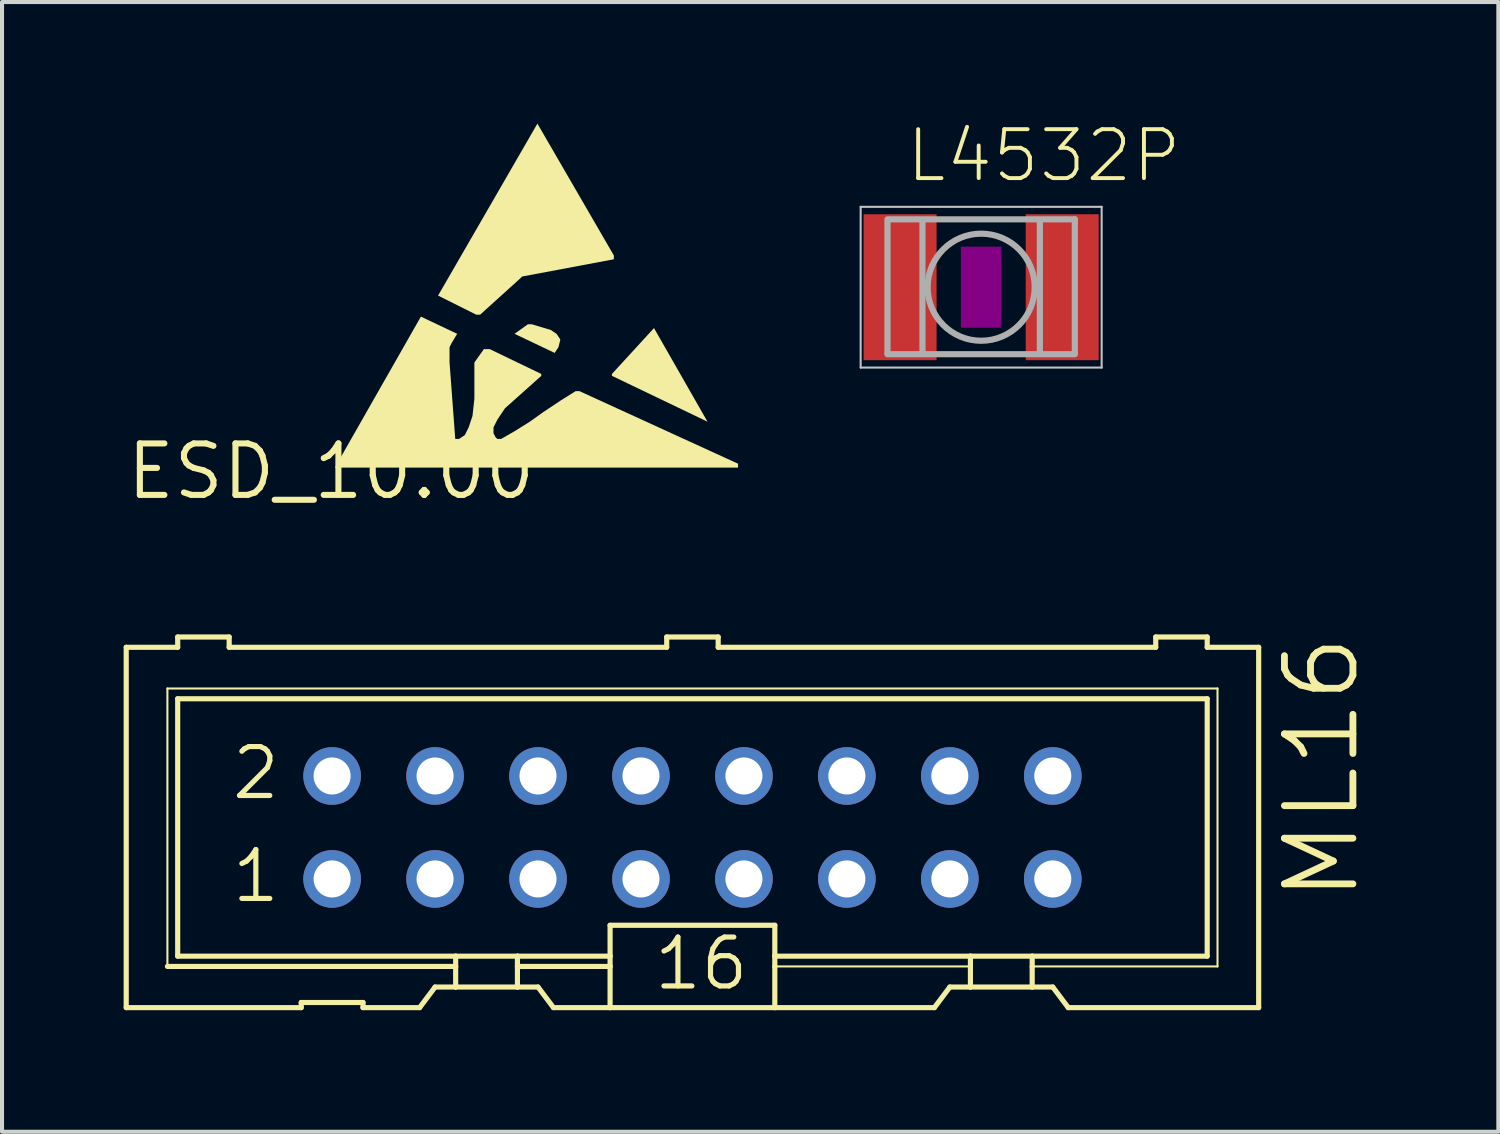
<source format=kicad_pcb>
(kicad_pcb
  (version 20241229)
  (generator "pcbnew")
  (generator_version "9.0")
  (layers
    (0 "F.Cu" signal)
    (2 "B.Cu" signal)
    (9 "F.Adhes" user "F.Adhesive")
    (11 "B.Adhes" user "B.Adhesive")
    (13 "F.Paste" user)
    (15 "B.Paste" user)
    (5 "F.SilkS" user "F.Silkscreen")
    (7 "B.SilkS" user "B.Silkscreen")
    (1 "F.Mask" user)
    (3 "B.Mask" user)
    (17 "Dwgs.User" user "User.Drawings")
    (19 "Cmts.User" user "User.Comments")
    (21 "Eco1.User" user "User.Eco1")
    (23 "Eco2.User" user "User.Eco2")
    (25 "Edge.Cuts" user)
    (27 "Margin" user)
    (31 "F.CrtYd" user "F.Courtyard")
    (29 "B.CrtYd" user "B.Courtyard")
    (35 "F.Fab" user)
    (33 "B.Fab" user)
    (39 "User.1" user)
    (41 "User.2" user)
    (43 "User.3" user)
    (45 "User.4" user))
  (footprint "ESD_10.00"
    (layer "F.Cu")
    (at 5.118 8.58)
    (property "Reference" "ESD_10.00" (at 0 0 0) (layer "F.SilkS") (effects (font (size 1.27 1.27) (thickness 0.15))))
    (attr through_hole)
    (fp_poly (pts (xy 9.287 -1.226) (xy 6.93 -2.357) (xy 6.93 -2.404) (xy 7.967 -3.536)) (stroke (width 0) (type solid)) (fill yes) (layer "F.SilkS"))
    (fp_poly (pts (xy 2.64 -4.337) (xy 5.091 -8.58) (xy 6.977 -5.327) (xy 6.977 -5.233) (xy 4.714 -4.808) (xy 4.667 -4.761) (xy 3.677 -3.866) (xy 3.583 -3.866)) (stroke (width 0) (type solid)) (fill yes) (layer "F.SilkS"))
    (fp_poly (pts (xy 4.526 -3.394) (xy 4.856 -3.63) (xy 4.95 -3.63) (xy 5.421 -3.489) (xy 5.563 -3.394) (xy 5.657 -3.253) (xy 5.61 -3.064) (xy 5.516 -2.923)) (stroke (width 0) (type solid)) (fill yes) (layer "F.SilkS"))
    (fp_poly (pts (xy 0.094 -0.094) (xy 2.216 -3.818) (xy 3.111 -3.394) (xy 2.97 -3.159) (xy 2.923 -3.064) (xy 2.923 -2.687) (xy 3.064 -0.801) (xy 3.159 -0.801) (xy 3.3 -0.896) (xy 3.394 -1.084) (xy 3.489 -1.367) (xy 3.536 -1.791) (xy 3.536 -2.687) (xy 3.771 -3.017) (xy 3.913 -3.017) (xy 5.186 -2.404) (xy 5.186 -2.357) (xy 4.29 -1.556) (xy 4.101 -1.273) (xy 4.007 -1.084) (xy 4.007 -0.943) (xy 4.054 -0.849) (xy 4.101 -0.801) (xy 4.196 -0.801) (xy 4.526 -0.99) (xy 4.903 -1.226) (xy 5.233 -1.461) (xy 5.657 -1.744) (xy 6.034 -1.98) (xy 6.128 -1.98) (xy 10.041 -0.189) (xy 10.041 -0.094)) (stroke (width 0) (type solid)) (fill yes) (layer "F.SilkS")))
  (footprint "ML16"
    (layer "F.Cu")
    (at 14.034 17.365)
    (property "Reference" "ML16" (at 16.51 1.905 90) (layer "F.SilkS") (effects (font (size 1.689 1.689) (thickness 0.169)) (justify left bottom)))
    (attr through_hole)
    (fp_line (start -13.97 -4.445) (end -13.97 4.445) (stroke (width 0.127) (type solid)) (layer "F.SilkS"))
    (fp_line (start -13.97 -4.445) (end -12.7 -4.445) (stroke (width 0.127) (type solid)) (layer "F.SilkS"))
    (fp_line (start -13.97 4.445) (end -9.652 4.445) (stroke (width 0.127) (type solid)) (layer "F.SilkS"))
    (fp_line (start -12.954 -3.429) (end -12.954 3.429) (stroke (width 0.051) (type solid)) (layer "F.SilkS"))
    (fp_line (start -12.954 3.429) (end -5.842 3.429) (stroke (width 0.127) (type solid)) (layer "F.SilkS"))
    (fp_line (start -12.7 -4.699) (end -12.7 -4.445) (stroke (width 0.127) (type solid)) (layer "F.SilkS"))
    (fp_line (start -12.7 -3.175) (end -12.7 3.175) (stroke (width 0.127) (type solid)) (layer "F.SilkS"))
    (fp_line (start -12.7 -3.175) (end 12.7 -3.175) (stroke (width 0.127) (type solid)) (layer "F.SilkS"))
    (fp_line (start -11.43 -4.699) (end -12.7 -4.699) (stroke (width 0.127) (type solid)) (layer "F.SilkS"))
    (fp_line (start -11.43 -4.699) (end -11.43 -4.445) (stroke (width 0.127) (type solid)) (layer "F.SilkS"))
    (fp_line (start -11.43 -4.445) (end -0.635 -4.445) (stroke (width 0.127) (type solid)) (layer "F.SilkS"))
    (fp_line (start -9.652 4.318) (end -9.652 4.445) (stroke (width 0.127) (type solid)) (layer "F.SilkS"))
    (fp_line (start -9.652 4.318) (end -8.128 4.318) (stroke (width 0.127) (type solid)) (layer "F.SilkS"))
    (fp_line (start -8.128 4.445) (end -8.128 4.318) (stroke (width 0.127) (type solid)) (layer "F.SilkS"))
    (fp_line (start -8.128 4.445) (end -6.731 4.445) (stroke (width 0.127) (type solid)) (layer "F.SilkS"))
    (fp_line (start -6.731 4.445) (end -6.35 3.937) (stroke (width 0.127) (type solid)) (layer "F.SilkS"))
    (fp_line (start -5.842 3.175) (end -12.7 3.175) (stroke (width 0.127) (type solid)) (layer "F.SilkS"))
    (fp_line (start -5.842 3.175) (end -5.842 3.429) (stroke (width 0.127) (type solid)) (layer "F.SilkS"))
    (fp_line (start -5.842 3.429) (end -5.842 3.937) (stroke (width 0.127) (type solid)) (layer "F.SilkS"))
    (fp_line (start -5.842 3.937) (end -6.35 3.937) (stroke (width 0.127) (type solid)) (layer "F.SilkS"))
    (fp_line (start -4.318 3.175) (end -5.842 3.175) (stroke (width 0.127) (type solid)) (layer "F.SilkS"))
    (fp_line (start -4.318 3.175) (end -4.318 3.429) (stroke (width 0.127) (type solid)) (layer "F.SilkS"))
    (fp_line (start -4.318 3.429) (end -4.318 3.937) (stroke (width 0.127) (type solid)) (layer "F.SilkS"))
    (fp_line (start -4.318 3.429) (end -2.032 3.429) (stroke (width 0.127) (type solid)) (layer "F.SilkS"))
    (fp_line (start -4.318 3.937) (end -5.842 3.937) (stroke (width 0.127) (type solid)) (layer "F.SilkS"))
    (fp_line (start -3.81 3.937) (end -4.318 3.937) (stroke (width 0.127) (type solid)) (layer "F.SilkS"))
    (fp_line (start -3.81 3.937) (end -3.429 4.445) (stroke (width 0.127) (type solid)) (layer "F.SilkS"))
    (fp_line (start -3.429 4.445) (end -2.032 4.445) (stroke (width 0.127) (type solid)) (layer "F.SilkS"))
    (fp_line (start -2.032 3.175) (end -4.318 3.175) (stroke (width 0.127) (type solid)) (layer "F.SilkS"))
    (fp_line (start -2.032 3.175) (end -2.032 2.413) (stroke (width 0.127) (type solid)) (layer "F.SilkS"))
    (fp_line (start -2.032 3.175) (end -2.032 3.429) (stroke (width 0.127) (type solid)) (layer "F.SilkS"))
    (fp_line (start -2.032 3.429) (end -2.032 4.445) (stroke (width 0.127) (type solid)) (layer "F.SilkS"))
    (fp_line (start -0.635 -4.699) (end -0.635 -4.445) (stroke (width 0.127) (type solid)) (layer "F.SilkS"))
    (fp_line (start 0.635 -4.699) (end -0.635 -4.699) (stroke (width 0.127) (type solid)) (layer "F.SilkS"))
    (fp_line (start 0.635 -4.699) (end 0.635 -4.445) (stroke (width 0.127) (type solid)) (layer "F.SilkS"))
    (fp_line (start 0.635 -4.445) (end 11.43 -4.445) (stroke (width 0.127) (type solid)) (layer "F.SilkS"))
    (fp_line (start 2.032 2.413) (end -2.032 2.413) (stroke (width 0.127) (type solid)) (layer "F.SilkS"))
    (fp_line (start 2.032 2.413) (end 2.032 3.175) (stroke (width 0.127) (type solid)) (layer "F.SilkS"))
    (fp_line (start 2.032 3.175) (end 2.032 3.429) (stroke (width 0.127) (type solid)) (layer "F.SilkS"))
    (fp_line (start 2.032 3.429) (end 2.032 4.445) (stroke (width 0.127) (type solid)) (layer "F.SilkS"))
    (fp_line (start 2.032 4.445) (end -2.032 4.445) (stroke (width 0.127) (type solid)) (layer "F.SilkS"))
    (fp_line (start 5.969 4.445) (end 2.032 4.445) (stroke (width 0.127) (type solid)) (layer "F.SilkS"))
    (fp_line (start 5.969 4.445) (end 6.35 3.937) (stroke (width 0.127) (type solid)) (layer "F.SilkS"))
    (fp_line (start 6.858 3.175) (end 2.032 3.175) (stroke (width 0.127) (type solid)) (layer "F.SilkS"))
    (fp_line (start 6.858 3.175) (end 6.858 3.429) (stroke (width 0.127) (type solid)) (layer "F.SilkS"))
    (fp_line (start 6.858 3.429) (end 2.032 3.429) (stroke (width 0.051) (type solid)) (layer "F.SilkS"))
    (fp_line (start 6.858 3.429) (end 6.858 3.937) (stroke (width 0.127) (type solid)) (layer "F.SilkS"))
    (fp_line (start 6.858 3.937) (end 6.35 3.937) (stroke (width 0.127) (type solid)) (layer "F.SilkS"))
    (fp_line (start 8.382 3.175) (end 6.858 3.175) (stroke (width 0.127) (type solid)) (layer "F.SilkS"))
    (fp_line (start 8.382 3.175) (end 8.382 3.429) (stroke (width 0.127) (type solid)) (layer "F.SilkS"))
    (fp_line (start 8.382 3.429) (end 8.382 3.937) (stroke (width 0.127) (type solid)) (layer "F.SilkS"))
    (fp_line (start 8.382 3.429) (end 12.954 3.429) (stroke (width 0.051) (type solid)) (layer "F.SilkS"))
    (fp_line (start 8.382 3.937) (end 6.858 3.937) (stroke (width 0.127) (type solid)) (layer "F.SilkS"))
    (fp_line (start 8.89 3.937) (end 8.382 3.937) (stroke (width 0.127) (type solid)) (layer "F.SilkS"))
    (fp_line (start 8.89 3.937) (end 9.271 4.445) (stroke (width 0.127) (type solid)) (layer "F.SilkS"))
    (fp_line (start 11.43 -4.445) (end 11.43 -4.699) (stroke (width 0.127) (type solid)) (layer "F.SilkS"))
    (fp_line (start 12.7 -4.699) (end 11.43 -4.699) (stroke (width 0.127) (type solid)) (layer "F.SilkS"))
    (fp_line (start 12.7 -4.445) (end 12.7 -4.699) (stroke (width 0.127) (type solid)) (layer "F.SilkS"))
    (fp_line (start 12.7 -4.445) (end 13.97 -4.445) (stroke (width 0.127) (type solid)) (layer "F.SilkS"))
    (fp_line (start 12.7 3.175) (end 8.382 3.175) (stroke (width 0.127) (type solid)) (layer "F.SilkS"))
    (fp_line (start 12.7 3.175) (end 12.7 -3.175) (stroke (width 0.127) (type solid)) (layer "F.SilkS"))
    (fp_line (start 12.954 -3.429) (end -12.954 -3.429) (stroke (width 0.051) (type solid)) (layer "F.SilkS"))
    (fp_line (start 12.954 3.429) (end 12.954 -3.429) (stroke (width 0.051) (type solid)) (layer "F.SilkS"))
    (fp_line (start 13.97 4.445) (end 9.271 4.445) (stroke (width 0.127) (type solid)) (layer "F.SilkS"))
    (fp_line (start 13.97 4.445) (end 13.97 -4.445) (stroke (width 0.127) (type solid)) (layer "F.SilkS"))
    (fp_poly (pts (xy -9.144 -1.016) (xy -8.636 -1.016) (xy -8.636 -1.524) (xy -9.144 -1.524)) (stroke (width 0.1) (type solid)) (fill no) (layer "F.Fab"))
    (fp_poly (pts (xy -9.144 1.524) (xy -8.636 1.524) (xy -8.636 1.016) (xy -9.144 1.016)) (stroke (width 0.1) (type solid)) (fill no) (layer "F.Fab"))
    (fp_poly (pts (xy -6.604 -1.016) (xy -6.096 -1.016) (xy -6.096 -1.524) (xy -6.604 -1.524)) (stroke (width 0.1) (type solid)) (fill no) (layer "F.Fab"))
    (fp_poly (pts (xy -6.604 1.524) (xy -6.096 1.524) (xy -6.096 1.016) (xy -6.604 1.016)) (stroke (width 0.1) (type solid)) (fill no) (layer "F.Fab"))
    (fp_poly (pts (xy -4.064 -1.016) (xy -3.556 -1.016) (xy -3.556 -1.524) (xy -4.064 -1.524)) (stroke (width 0.1) (type solid)) (fill no) (layer "F.Fab"))
    (fp_poly (pts (xy -4.064 1.524) (xy -3.556 1.524) (xy -3.556 1.016) (xy -4.064 1.016)) (stroke (width 0.1) (type solid)) (fill no) (layer "F.Fab"))
    (fp_poly (pts (xy -1.524 -1.016) (xy -1.016 -1.016) (xy -1.016 -1.524) (xy -1.524 -1.524)) (stroke (width 0.1) (type solid)) (fill no) (layer "F.Fab"))
    (fp_poly (pts (xy -1.524 1.524) (xy -1.016 1.524) (xy -1.016 1.016) (xy -1.524 1.016)) (stroke (width 0.1) (type solid)) (fill no) (layer "F.Fab"))
    (fp_poly (pts (xy 1.016 -1.016) (xy 1.524 -1.016) (xy 1.524 -1.524) (xy 1.016 -1.524)) (stroke (width 0.1) (type solid)) (fill no) (layer "F.Fab"))
    (fp_poly (pts (xy 1.016 1.524) (xy 1.524 1.524) (xy 1.524 1.016) (xy 1.016 1.016)) (stroke (width 0.1) (type solid)) (fill no) (layer "F.Fab"))
    (fp_poly (pts (xy 3.556 -1.016) (xy 4.064 -1.016) (xy 4.064 -1.524) (xy 3.556 -1.524)) (stroke (width 0.1) (type solid)) (fill no) (layer "F.Fab"))
    (fp_poly (pts (xy 3.556 1.524) (xy 4.064 1.524) (xy 4.064 1.016) (xy 3.556 1.016)) (stroke (width 0.1) (type solid)) (fill no) (layer "F.Fab"))
    (fp_poly (pts (xy 6.096 -1.016) (xy 6.604 -1.016) (xy 6.604 -1.524) (xy 6.096 -1.524)) (stroke (width 0.1) (type solid)) (fill no) (layer "F.Fab"))
    (fp_poly (pts (xy 6.096 1.524) (xy 6.604 1.524) (xy 6.604 1.016) (xy 6.096 1.016)) (stroke (width 0.1) (type solid)) (fill no) (layer "F.Fab"))
    (fp_poly (pts (xy 8.636 -1.016) (xy 9.144 -1.016) (xy 9.144 -1.524) (xy 8.636 -1.524)) (stroke (width 0.1) (type solid)) (fill no) (layer "F.Fab"))
    (fp_poly (pts (xy 8.636 1.524) (xy 9.144 1.524) (xy 9.144 1.016) (xy 8.636 1.016)) (stroke (width 0.1) (type solid)) (fill no) (layer "F.Fab"))
    (fp_text user "16" (at -1.016 4.064 0) (layer "F.SilkS") (effects (font (size 1.206 1.206) (thickness 0.127)) (justify left bottom)))
    (fp_text user "1" (at -11.43 1.905 0) (layer "F.SilkS") (effects (font (size 1.206 1.206) (thickness 0.127)) (justify left bottom)))
    (fp_text user "2" (at -11.43 -0.635 0) (layer "F.SilkS") (effects (font (size 1.206 1.206) (thickness 0.127)) (justify left bottom)))
    (pad "1" thru_hole circle (at -8.89 1.27) (size 1.422 1.422) (drill 0.914) (layers "*.Cu" "*.Mask"))
    (pad "2" thru_hole circle (at -8.89 -1.27) (size 1.422 1.422) (drill 0.914) (layers "*.Cu" "*.Mask"))
    (pad "3" thru_hole circle (at -6.35 1.27) (size 1.422 1.422) (drill 0.914) (layers "*.Cu" "*.Mask"))
    (pad "4" thru_hole circle (at -6.35 -1.27) (size 1.422 1.422) (drill 0.914) (layers "*.Cu" "*.Mask"))
    (pad "5" thru_hole circle (at -3.81 1.27) (size 1.422 1.422) (drill 0.914) (layers "*.Cu" "*.Mask"))
    (pad "6" thru_hole circle (at -3.81 -1.27) (size 1.422 1.422) (drill 0.914) (layers "*.Cu" "*.Mask"))
    (pad "7" thru_hole circle (at -1.27 1.27) (size 1.422 1.422) (drill 0.914) (layers "*.Cu" "*.Mask"))
    (pad "8" thru_hole circle (at -1.27 -1.27) (size 1.422 1.422) (drill 0.914) (layers "*.Cu" "*.Mask"))
    (pad "9" thru_hole circle (at 1.27 1.27) (size 1.422 1.422) (drill 0.914) (layers "*.Cu" "*.Mask"))
    (pad "10" thru_hole circle (at 1.27 -1.27) (size 1.422 1.422) (drill 0.914) (layers "*.Cu" "*.Mask"))
    (pad "11" thru_hole circle (at 3.81 1.27) (size 1.422 1.422) (drill 0.914) (layers "*.Cu" "*.Mask"))
    (pad "12" thru_hole circle (at 3.81 -1.27) (size 1.422 1.422) (drill 0.914) (layers "*.Cu" "*.Mask"))
    (pad "13" thru_hole circle (at 6.35 1.27) (size 1.422 1.422) (drill 0.914) (layers "*.Cu" "*.Mask"))
    (pad "14" thru_hole circle (at 6.35 -1.27) (size 1.422 1.422) (drill 0.914) (layers "*.Cu" "*.Mask"))
    (pad "15" thru_hole circle (at 8.89 1.27) (size 1.422 1.422) (drill 0.914) (layers "*.Cu" "*.Mask"))
    (pad "16" thru_hole circle (at 8.89 -1.27) (size 1.422 1.422) (drill 0.914) (layers "*.Cu" "*.Mask")))
  (footprint "L4532P"
    (layer "F.Cu")
    (at 21.157 4.036)
    (property "Reference" "L4532P" (at -1.905 -2.54 0) (layer "F.SilkS") (effects (font (size 1.206 1.206) (thickness 0.097)) (justify left bottom)))
    (attr through_hole)
    (fp_poly (pts (xy -0.5 1) (xy 0.5 1) (xy 0.5 -1) (xy -0.5 -1)) (stroke (width 0) (type solid)) (fill yes) (layer "F.Adhes"))
    (fp_line (start -2.973 -1.983) (end 2.973 -1.983) (stroke (width 0.051) (type solid)) (layer "Dwgs.User"))
    (fp_line (start -2.973 1.983) (end -2.973 -1.983) (stroke (width 0.051) (type solid)) (layer "Dwgs.User"))
    (fp_line (start 2.973 -1.983) (end 2.973 1.983) (stroke (width 0.051) (type solid)) (layer "Dwgs.User"))
    (fp_line (start 2.973 1.983) (end -2.973 1.983) (stroke (width 0.051) (type solid)) (layer "Dwgs.User"))
    (fp_line (start -2.311 -1.675) (end 2.311 -1.675) (stroke (width 0.152) (type solid)) (layer "F.Fab"))
    (fp_line (start -2.311 -1.626) (end -2.311 1.626) (stroke (width 0.152) (type solid)) (layer "F.Fab"))
    (fp_line (start -2.311 1.653) (end 2.311 1.653) (stroke (width 0.152) (type solid)) (layer "F.Fab"))
    (fp_line (start -1.448 -1.651) (end -1.448 1.626) (stroke (width 0.152) (type solid)) (layer "F.Fab"))
    (fp_line (start 1.448 -1.626) (end 1.448 1.626) (stroke (width 0.152) (type solid)) (layer "F.Fab"))
    (fp_line (start 2.311 -1.675) (end 2.311 1.626) (stroke (width 0.152) (type solid)) (layer "F.Fab"))
    (fp_circle (center 0 0) (end 1.321 0) (stroke (width 0.152) (type solid)) (fill no) (layer "F.Fab"))
    (pad "1" smd rect (at -2 0) (size 1.8 3.6) (layers "F.Cu" "F.Mask" "F.Paste"))
    (pad "2" smd rect (at 2 0) (size 1.8 3.6) (layers "F.Cu" "F.Mask" "F.Paste")))
  (gr_rect
    (start -3 -3)
    (end 33.917 24.873)
    (stroke (width 0.1) (type default))
    (fill no)
    (layer "Edge.Cuts")))
</source>
